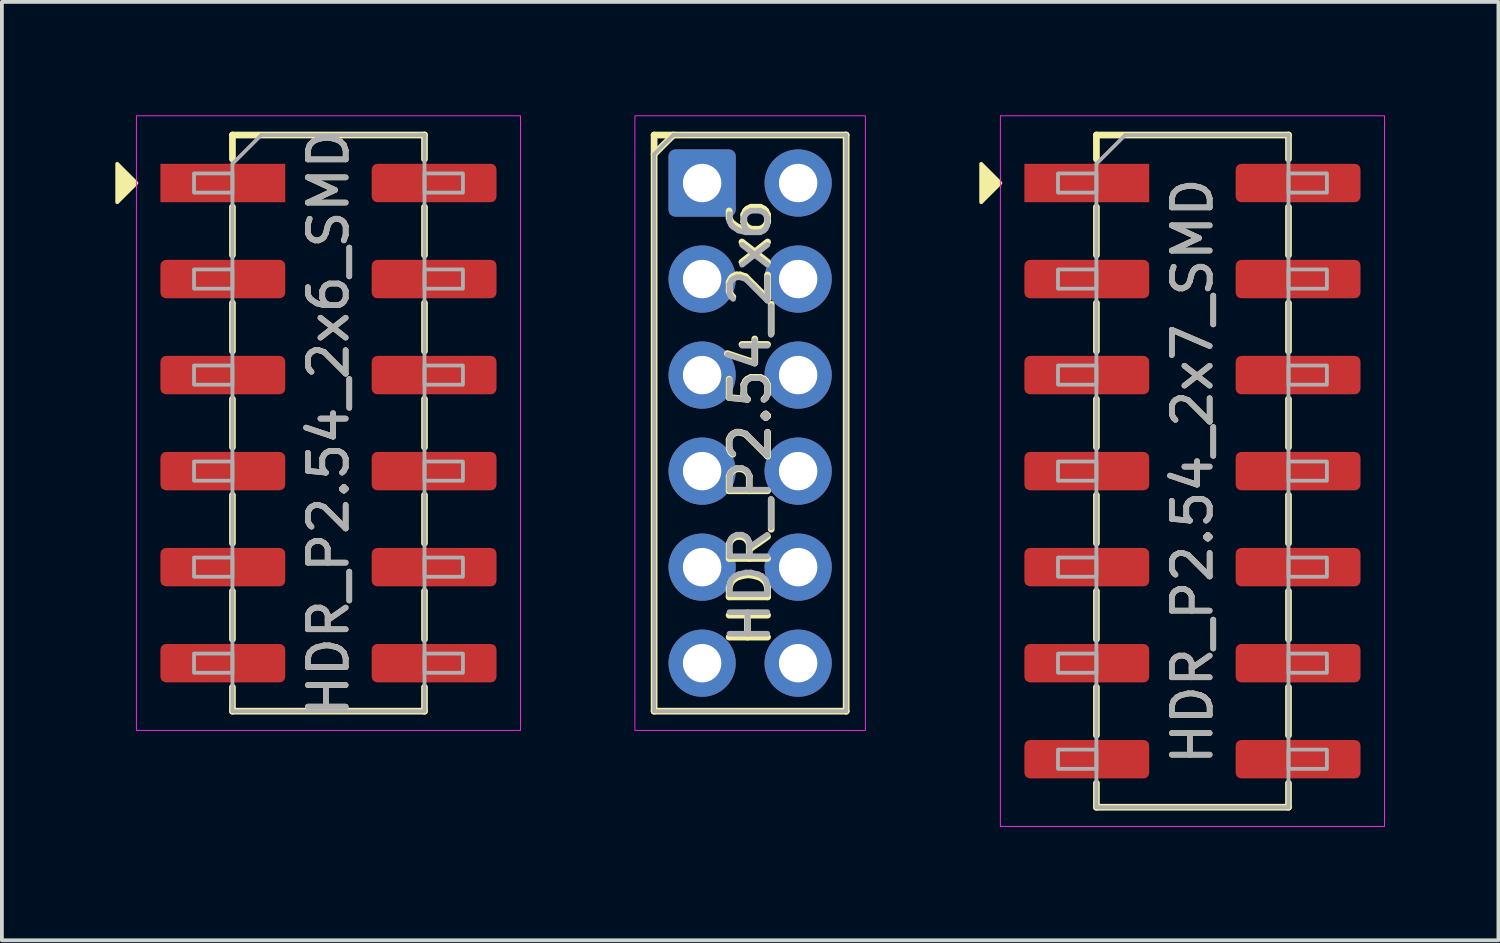
<source format=kicad_pcb>
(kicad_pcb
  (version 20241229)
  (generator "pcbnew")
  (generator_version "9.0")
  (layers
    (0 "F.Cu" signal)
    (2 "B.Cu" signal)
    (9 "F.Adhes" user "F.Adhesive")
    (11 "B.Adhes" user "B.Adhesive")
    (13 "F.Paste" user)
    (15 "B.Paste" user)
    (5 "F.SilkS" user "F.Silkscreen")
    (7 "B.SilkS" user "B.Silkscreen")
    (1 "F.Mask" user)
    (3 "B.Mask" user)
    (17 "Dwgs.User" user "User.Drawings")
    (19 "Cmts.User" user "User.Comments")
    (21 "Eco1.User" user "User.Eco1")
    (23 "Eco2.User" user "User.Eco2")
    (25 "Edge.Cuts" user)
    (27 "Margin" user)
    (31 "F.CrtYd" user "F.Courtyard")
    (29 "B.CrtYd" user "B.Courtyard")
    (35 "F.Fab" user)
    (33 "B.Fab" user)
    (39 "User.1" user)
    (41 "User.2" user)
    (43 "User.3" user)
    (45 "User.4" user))
  (footprint "HDR_P2.54_2x6"
    (layer "F.Cu")
    (at 16.791 8.141)
    (property "Reference" "HDR_P2.54_2x6" (at 0 0 90) (layer "F.SilkS") (effects (font (size 1.016 1.016) (thickness 0.178))))
    (attr through_hole)
    (fp_line (start -2.54 -7.62) (end -2.54 7.62) (stroke (width 0.178) (type solid)) (layer "F.SilkS"))
    (fp_line (start -2.54 -7.62) (end 2.54 -7.62) (stroke (width 0.178) (type solid)) (layer "F.SilkS"))
    (fp_line (start -2.54 -7.112) (end -2.032 -7.62) (stroke (width 0.178) (type solid)) (layer "F.SilkS"))
    (fp_line (start -2.54 7.62) (end 2.54 7.62) (stroke (width 0.178) (type solid)) (layer "F.SilkS"))
    (fp_line (start 2.54 -7.62) (end 2.54 7.62) (stroke (width 0.178) (type solid)) (layer "F.SilkS"))
    (fp_rect (start -3.048 -8.128) (end 3.048 8.128) (stroke (width 0.025) (type solid)) (fill no) (layer "F.CrtYd"))
    (fp_line (start -2.54 -7.112) (end -2.032 -7.62) (stroke (width 0.1) (type solid)) (layer "F.Fab"))
    (fp_line (start -2.54 7.62) (end -2.54 -7.112) (stroke (width 0.1) (type solid)) (layer "F.Fab"))
    (fp_line (start -2.032 -7.62) (end 2.54 -7.62) (stroke (width 0.1) (type solid)) (layer "F.Fab"))
    (fp_line (start 2.54 -7.62) (end 2.54 7.62) (stroke (width 0.1) (type solid)) (layer "F.Fab"))
    (fp_line (start 2.54 7.62) (end -2.54 7.62) (stroke (width 0.1) (type solid)) (layer "F.Fab"))
    (fp_text user "${REFERENCE}" (at 0 0 90) (layer "F.Fab") (effects (font (size 1 1) (thickness 0.15))))
    (pad "1" thru_hole roundrect (at -1.27 -6.35) (size 1.778 1.778) (drill 1.016) (layers "*.Cu" "*.Mask") (roundrect_rratio 0.1))
    (pad "2" thru_hole oval (at 1.27 -6.35) (size 1.778 1.778) (drill 1.016) (layers "*.Cu" "*.Mask"))
    (pad "3" thru_hole oval (at -1.27 -3.81) (size 1.778 1.778) (drill 1.016) (layers "*.Cu" "*.Mask"))
    (pad "4" thru_hole oval (at 1.27 -3.81) (size 1.778 1.778) (drill 1.016) (layers "*.Cu" "*.Mask"))
    (pad "5" thru_hole oval (at -1.27 -1.27) (size 1.778 1.778) (drill 1.016) (layers "*.Cu" "*.Mask"))
    (pad "6" thru_hole oval (at 1.27 -1.27) (size 1.778 1.778) (drill 1.016) (layers "*.Cu" "*.Mask"))
    (pad "7" thru_hole oval (at -1.27 1.27) (size 1.778 1.778) (drill 1.016) (layers "*.Cu" "*.Mask"))
    (pad "8" thru_hole oval (at 1.27 1.27) (size 1.778 1.778) (drill 1.016) (layers "*.Cu" "*.Mask"))
    (pad "9" thru_hole oval (at -1.27 3.81) (size 1.778 1.778) (drill 1.016) (layers "*.Cu" "*.Mask"))
    (pad "10" thru_hole oval (at 1.27 3.81) (size 1.778 1.778) (drill 1.016) (layers "*.Cu" "*.Mask"))
    (pad "11" thru_hole oval (at -1.27 6.35) (size 1.778 1.778) (drill 1.016) (layers "*.Cu" "*.Mask"))
    (pad "12" thru_hole oval (at 1.27 6.35) (size 1.778 1.778) (drill 1.016) (layers "*.Cu" "*.Mask")))
  (footprint "HDR_P2.54_2x7_SMD"
    (layer "F.Cu")
    (at 28.49 9.411)
    (property "Reference" "HDR_P2.54_2x7_SMD" (at 0 0 90) (layer "F.SilkS") (effects (font (size 1 1) (thickness 0.15))))
    (attr smd)
    (fp_line (start -2.54 -8.89) (end -2.54 -8.255) (stroke (width 0.178) (type solid)) (layer "F.SilkS"))
    (fp_line (start -2.54 -5.715) (end -2.54 -6.985) (stroke (width 0.178) (type solid)) (layer "F.SilkS"))
    (fp_line (start -2.54 -3.175) (end -2.54 -4.445) (stroke (width 0.178) (type solid)) (layer "F.SilkS"))
    (fp_line (start -2.54 -0.635) (end -2.54 -1.905) (stroke (width 0.178) (type solid)) (layer "F.SilkS"))
    (fp_line (start -2.54 1.905) (end -2.54 0.635) (stroke (width 0.178) (type solid)) (layer "F.SilkS"))
    (fp_line (start -2.54 4.445) (end -2.54 3.175) (stroke (width 0.178) (type solid)) (layer "F.SilkS"))
    (fp_line (start -2.54 6.985) (end -2.54 5.715) (stroke (width 0.178) (type solid)) (layer "F.SilkS"))
    (fp_line (start -2.54 8.89) (end -2.54 8.255) (stroke (width 0.178) (type solid)) (layer "F.SilkS"))
    (fp_line (start 2.54 -8.89) (end -2.54 -8.89) (stroke (width 0.178) (type solid)) (layer "F.SilkS"))
    (fp_line (start 2.54 -8.255) (end 2.54 -8.89) (stroke (width 0.178) (type solid)) (layer "F.SilkS"))
    (fp_line (start 2.54 -5.715) (end 2.54 -6.985) (stroke (width 0.178) (type solid)) (layer "F.SilkS"))
    (fp_line (start 2.54 -3.175) (end 2.54 -4.445) (stroke (width 0.178) (type solid)) (layer "F.SilkS"))
    (fp_line (start 2.54 -0.635) (end 2.54 -1.905) (stroke (width 0.178) (type solid)) (layer "F.SilkS"))
    (fp_line (start 2.54 1.905) (end 2.54 0.635) (stroke (width 0.178) (type solid)) (layer "F.SilkS"))
    (fp_line (start 2.54 4.445) (end 2.54 3.175) (stroke (width 0.178) (type solid)) (layer "F.SilkS"))
    (fp_line (start 2.54 6.985) (end 2.54 5.715) (stroke (width 0.178) (type solid)) (layer "F.SilkS"))
    (fp_line (start 2.54 8.255) (end 2.54 8.89) (stroke (width 0.178) (type solid)) (layer "F.SilkS"))
    (fp_line (start 2.54 8.89) (end -2.54 8.89) (stroke (width 0.178) (type solid)) (layer "F.SilkS"))
    (fp_poly (pts (xy -5.08 -7.62) (xy -5.588 -7.112) (xy -5.588 -8.128)) (stroke (width 0.1) (type solid)) (fill yes) (layer "F.SilkS"))
    (fp_rect (start -5.08 -9.398) (end 5.08 9.398) (stroke (width 0.025) (type solid)) (fill no) (layer "F.CrtYd"))
    (fp_line (start -2.54 -8.128) (end -1.778 -8.89) (stroke (width 0.1) (type solid)) (layer "F.Fab"))
    (fp_line (start -2.54 8.89) (end -2.54 -8.128) (stroke (width 0.1) (type solid)) (layer "F.Fab"))
    (fp_line (start -1.778 -8.89) (end 2.54 -8.89) (stroke (width 0.1) (type solid)) (layer "F.Fab"))
    (fp_line (start 2.54 -8.89) (end 2.54 8.89) (stroke (width 0.1) (type solid)) (layer "F.Fab"))
    (fp_line (start 2.54 8.89) (end -2.54 8.89) (stroke (width 0.1) (type solid)) (layer "F.Fab"))
    (fp_rect (start -3.556 -7.874) (end -2.54 -7.366) (stroke (width 0.1) (type solid)) (fill no) (layer "F.Fab"))
    (fp_rect (start -3.556 -5.334) (end -2.54 -4.826) (stroke (width 0.1) (type solid)) (fill no) (layer "F.Fab"))
    (fp_rect (start -3.556 -2.794) (end -2.54 -2.286) (stroke (width 0.1) (type solid)) (fill no) (layer "F.Fab"))
    (fp_rect (start -3.556 -0.254) (end -2.54 0.254) (stroke (width 0.1) (type solid)) (fill no) (layer "F.Fab"))
    (fp_rect (start -3.556 2.286) (end -2.54 2.794) (stroke (width 0.1) (type solid)) (fill no) (layer "F.Fab"))
    (fp_rect (start -3.556 4.826) (end -2.54 5.334) (stroke (width 0.1) (type solid)) (fill no) (layer "F.Fab"))
    (fp_rect (start -3.556 7.366) (end -2.54 7.874) (stroke (width 0.1) (type solid)) (fill no) (layer "F.Fab"))
    (fp_rect (start 2.54 -7.874) (end 3.556 -7.366) (stroke (width 0.1) (type solid)) (fill no) (layer "F.Fab"))
    (fp_rect (start 2.54 -5.334) (end 3.556 -4.826) (stroke (width 0.1) (type solid)) (fill no) (layer "F.Fab"))
    (fp_rect (start 2.54 -2.794) (end 3.556 -2.286) (stroke (width 0.1) (type solid)) (fill no) (layer "F.Fab"))
    (fp_rect (start 2.54 -0.254) (end 3.556 0.254) (stroke (width 0.1) (type solid)) (fill no) (layer "F.Fab"))
    (fp_rect (start 2.54 2.286) (end 3.556 2.794) (stroke (width 0.1) (type solid)) (fill no) (layer "F.Fab"))
    (fp_rect (start 2.54 4.826) (end 3.556 5.334) (stroke (width 0.1) (type solid)) (fill no) (layer "F.Fab"))
    (fp_rect (start 2.54 7.366) (end 3.556 7.874) (stroke (width 0.1) (type solid)) (fill no) (layer "F.Fab"))
    (fp_text user "${REFERENCE}" (at 0 0 90) (layer "F.Fab") (effects (font (size 1 1) (thickness 0.15))))
    (pad "1" smd rect (at -2.794 -7.62) (size 3.302 1.016) (layers "F.Cu" "F.Mask" "F.Paste"))
    (pad "2" smd roundrect (at 2.794 -7.62) (size 3.302 1.016) (layers "F.Cu" "F.Mask" "F.Paste") (roundrect_rratio 0.15))
    (pad "3" smd roundrect (at -2.794 -5.08) (size 3.302 1.016) (layers "F.Cu" "F.Mask" "F.Paste") (roundrect_rratio 0.15))
    (pad "4" smd roundrect (at 2.794 -5.08) (size 3.302 1.016) (layers "F.Cu" "F.Mask" "F.Paste") (roundrect_rratio 0.15))
    (pad "5" smd roundrect (at -2.794 -2.54) (size 3.302 1.016) (layers "F.Cu" "F.Mask" "F.Paste") (roundrect_rratio 0.15))
    (pad "6" smd roundrect (at 2.794 -2.54) (size 3.302 1.016) (layers "F.Cu" "F.Mask" "F.Paste") (roundrect_rratio 0.15))
    (pad "7" smd roundrect (at -2.794 0) (size 3.302 1.016) (layers "F.Cu" "F.Mask" "F.Paste") (roundrect_rratio 0.15))
    (pad "8" smd roundrect (at 2.794 0) (size 3.302 1.016) (layers "F.Cu" "F.Mask" "F.Paste") (roundrect_rratio 0.15))
    (pad "9" smd roundrect (at -2.794 2.54) (size 3.302 1.016) (layers "F.Cu" "F.Mask" "F.Paste") (roundrect_rratio 0.15))
    (pad "10" smd roundrect (at 2.794 2.54) (size 3.302 1.016) (layers "F.Cu" "F.Mask" "F.Paste") (roundrect_rratio 0.15))
    (pad "11" smd roundrect (at -2.794 5.08) (size 3.302 1.016) (layers "F.Cu" "F.Mask" "F.Paste") (roundrect_rratio 0.15))
    (pad "12" smd roundrect (at 2.794 5.08) (size 3.302 1.016) (layers "F.Cu" "F.Mask" "F.Paste") (roundrect_rratio 0.15))
    (pad "13" smd roundrect (at -2.794 7.62) (size 3.302 1.016) (layers "F.Cu" "F.Mask" "F.Paste") (roundrect_rratio 0.15))
    (pad "14" smd roundrect (at 2.794 7.62) (size 3.302 1.016) (layers "F.Cu" "F.Mask" "F.Paste") (roundrect_rratio 0.15)))
  (footprint "HDR_P2.54_2x6_SMD"
    (layer "F.Cu")
    (at 5.638 8.141)
    (property "Reference" "HDR_P2.54_2x6_SMD" (at 0 0 90) (layer "F.SilkS") (effects (font (size 1 1) (thickness 0.15))))
    (attr smd)
    (fp_line (start -2.54 -7.62) (end -2.54 -6.985) (stroke (width 0.178) (type solid)) (layer "F.SilkS"))
    (fp_line (start -2.54 -4.445) (end -2.54 -5.715) (stroke (width 0.178) (type solid)) (layer "F.SilkS"))
    (fp_line (start -2.54 -1.905) (end -2.54 -3.175) (stroke (width 0.178) (type solid)) (layer "F.SilkS"))
    (fp_line (start -2.54 0.635) (end -2.54 -0.635) (stroke (width 0.178) (type solid)) (layer "F.SilkS"))
    (fp_line (start -2.54 3.175) (end -2.54 1.905) (stroke (width 0.178) (type solid)) (layer "F.SilkS"))
    (fp_line (start -2.54 5.715) (end -2.54 4.445) (stroke (width 0.178) (type solid)) (layer "F.SilkS"))
    (fp_line (start -2.54 7.62) (end -2.54 6.985) (stroke (width 0.178) (type solid)) (layer "F.SilkS"))
    (fp_line (start 2.54 -7.62) (end -2.54 -7.62) (stroke (width 0.178) (type solid)) (layer "F.SilkS"))
    (fp_line (start 2.54 -6.985) (end 2.54 -7.62) (stroke (width 0.178) (type solid)) (layer "F.SilkS"))
    (fp_line (start 2.54 -4.445) (end 2.54 -5.715) (stroke (width 0.178) (type solid)) (layer "F.SilkS"))
    (fp_line (start 2.54 -1.905) (end 2.54 -3.175) (stroke (width 0.178) (type solid)) (layer "F.SilkS"))
    (fp_line (start 2.54 0.635) (end 2.54 -0.635) (stroke (width 0.178) (type solid)) (layer "F.SilkS"))
    (fp_line (start 2.54 3.175) (end 2.54 1.905) (stroke (width 0.178) (type solid)) (layer "F.SilkS"))
    (fp_line (start 2.54 5.715) (end 2.54 4.445) (stroke (width 0.178) (type solid)) (layer "F.SilkS"))
    (fp_line (start 2.54 6.985) (end 2.54 7.62) (stroke (width 0.178) (type solid)) (layer "F.SilkS"))
    (fp_line (start 2.54 7.62) (end -2.54 7.62) (stroke (width 0.178) (type solid)) (layer "F.SilkS"))
    (fp_poly (pts (xy -5.08 -6.35) (xy -5.588 -5.842) (xy -5.588 -6.858)) (stroke (width 0.1) (type solid)) (fill yes) (layer "F.SilkS"))
    (fp_rect (start -5.08 -8.128) (end 5.08 8.128) (stroke (width 0.025) (type solid)) (fill no) (layer "F.CrtYd"))
    (fp_line (start -2.54 -6.858) (end -1.778 -7.62) (stroke (width 0.1) (type solid)) (layer "F.Fab"))
    (fp_line (start -2.54 7.62) (end -2.54 -6.858) (stroke (width 0.1) (type solid)) (layer "F.Fab"))
    (fp_line (start -1.778 -7.62) (end 2.54 -7.62) (stroke (width 0.1) (type solid)) (layer "F.Fab"))
    (fp_line (start 2.54 -7.62) (end 2.54 7.62) (stroke (width 0.1) (type solid)) (layer "F.Fab"))
    (fp_line (start 2.54 7.62) (end -2.54 7.62) (stroke (width 0.1) (type solid)) (layer "F.Fab"))
    (fp_rect (start -3.556 -6.604) (end -2.54 -6.096) (stroke (width 0.1) (type solid)) (fill no) (layer "F.Fab"))
    (fp_rect (start -3.556 -4.064) (end -2.54 -3.556) (stroke (width 0.1) (type solid)) (fill no) (layer "F.Fab"))
    (fp_rect (start -3.556 -1.524) (end -2.54 -1.016) (stroke (width 0.1) (type solid)) (fill no) (layer "F.Fab"))
    (fp_rect (start -3.556 1.016) (end -2.54 1.524) (stroke (width 0.1) (type solid)) (fill no) (layer "F.Fab"))
    (fp_rect (start -3.556 3.556) (end -2.54 4.064) (stroke (width 0.1) (type solid)) (fill no) (layer "F.Fab"))
    (fp_rect (start -3.556 6.096) (end -2.54 6.604) (stroke (width 0.1) (type solid)) (fill no) (layer "F.Fab"))
    (fp_rect (start 2.54 -6.604) (end 3.556 -6.096) (stroke (width 0.1) (type solid)) (fill no) (layer "F.Fab"))
    (fp_rect (start 2.54 -4.064) (end 3.556 -3.556) (stroke (width 0.1) (type solid)) (fill no) (layer "F.Fab"))
    (fp_rect (start 2.54 -1.524) (end 3.556 -1.016) (stroke (width 0.1) (type solid)) (fill no) (layer "F.Fab"))
    (fp_rect (start 2.54 1.016) (end 3.556 1.524) (stroke (width 0.1) (type solid)) (fill no) (layer "F.Fab"))
    (fp_rect (start 2.54 3.556) (end 3.556 4.064) (stroke (width 0.1) (type solid)) (fill no) (layer "F.Fab"))
    (fp_rect (start 2.54 6.096) (end 3.556 6.604) (stroke (width 0.1) (type solid)) (fill no) (layer "F.Fab"))
    (fp_text user "${REFERENCE}" (at 0 0 90) (layer "F.Fab") (effects (font (size 1 1) (thickness 0.15))))
    (pad "1" smd rect (at -2.794 -6.35) (size 3.302 1.016) (layers "F.Cu" "F.Mask" "F.Paste"))
    (pad "2" smd roundrect (at 2.794 -6.35) (size 3.302 1.016) (layers "F.Cu" "F.Mask" "F.Paste") (roundrect_rratio 0.15))
    (pad "3" smd roundrect (at -2.794 -3.81) (size 3.302 1.016) (layers "F.Cu" "F.Mask" "F.Paste") (roundrect_rratio 0.15))
    (pad "4" smd roundrect (at 2.794 -3.81) (size 3.302 1.016) (layers "F.Cu" "F.Mask" "F.Paste") (roundrect_rratio 0.15))
    (pad "5" smd roundrect (at -2.794 -1.27) (size 3.302 1.016) (layers "F.Cu" "F.Mask" "F.Paste") (roundrect_rratio 0.15))
    (pad "6" smd roundrect (at 2.794 -1.27) (size 3.302 1.016) (layers "F.Cu" "F.Mask" "F.Paste") (roundrect_rratio 0.15))
    (pad "7" smd roundrect (at -2.794 1.27) (size 3.302 1.016) (layers "F.Cu" "F.Mask" "F.Paste") (roundrect_rratio 0.15))
    (pad "8" smd roundrect (at 2.794 1.27) (size 3.302 1.016) (layers "F.Cu" "F.Mask" "F.Paste") (roundrect_rratio 0.15))
    (pad "9" smd roundrect (at -2.794 3.81) (size 3.302 1.016) (layers "F.Cu" "F.Mask" "F.Paste") (roundrect_rratio 0.15))
    (pad "10" smd roundrect (at 2.794 3.81) (size 3.302 1.016) (layers "F.Cu" "F.Mask" "F.Paste") (roundrect_rratio 0.15))
    (pad "11" smd roundrect (at -2.794 6.35) (size 3.302 1.016) (layers "F.Cu" "F.Mask" "F.Paste") (roundrect_rratio 0.15))
    (pad "12" smd roundrect (at 2.794 6.35) (size 3.302 1.016) (layers "F.Cu" "F.Mask" "F.Paste") (roundrect_rratio 0.15)))
  (gr_rect
    (start -3 -3)
    (end 36.583 21.821)
    (stroke (width 0.1) (type default))
    (fill no)
    (layer "Edge.Cuts")))
</source>
